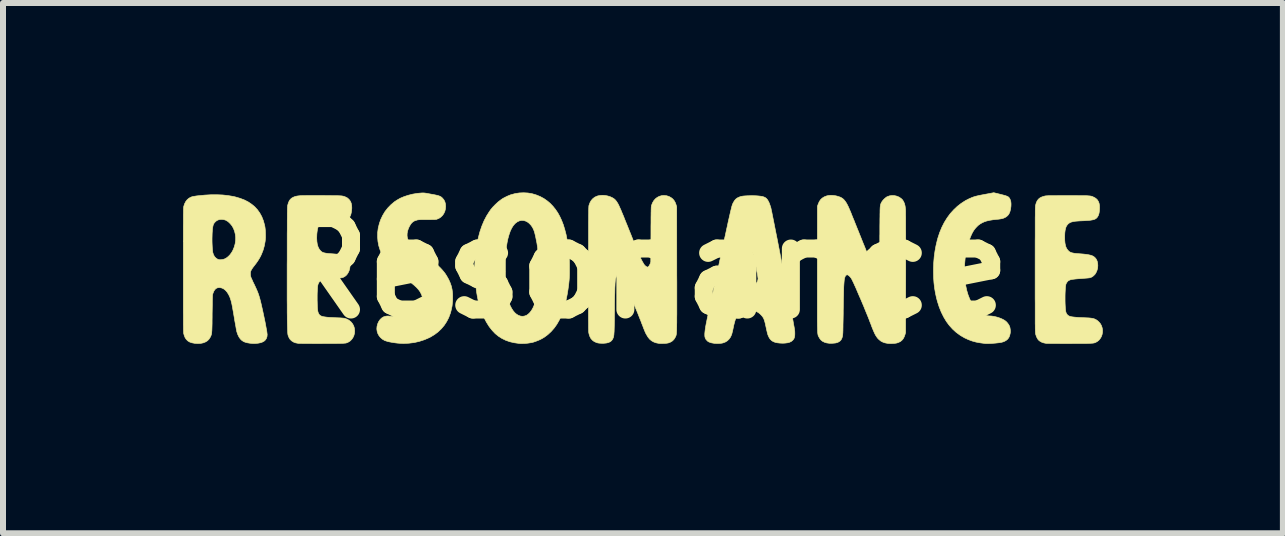
<source format=kicad_pcb>
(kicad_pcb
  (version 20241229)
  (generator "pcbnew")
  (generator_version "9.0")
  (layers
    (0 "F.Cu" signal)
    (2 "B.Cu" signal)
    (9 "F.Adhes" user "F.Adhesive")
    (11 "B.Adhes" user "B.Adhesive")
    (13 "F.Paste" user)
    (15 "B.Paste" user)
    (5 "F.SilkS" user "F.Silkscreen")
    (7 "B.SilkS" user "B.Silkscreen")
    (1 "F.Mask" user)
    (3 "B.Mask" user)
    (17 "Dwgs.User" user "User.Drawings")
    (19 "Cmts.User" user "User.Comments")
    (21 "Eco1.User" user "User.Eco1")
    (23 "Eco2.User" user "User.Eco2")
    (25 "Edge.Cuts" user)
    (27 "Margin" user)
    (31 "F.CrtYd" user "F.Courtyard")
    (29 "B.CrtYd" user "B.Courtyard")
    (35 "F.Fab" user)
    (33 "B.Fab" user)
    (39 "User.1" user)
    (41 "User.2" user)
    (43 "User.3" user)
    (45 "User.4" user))
  (footprint "Resonance"
    (layer "F.Cu")
    (at 7.661 1.418)
    (property "Reference" "Resonance" (at 0 0 0) (layer "F.SilkS") (effects (font (size 1.524 1.524) (thickness 0.3))))
    (attr through_hole)
    (fp_poly (pts (xy 5.958 -1.23) (xy 5.995 -1.221) (xy 6.025 -1.213) (xy 6.049 -1.206) (xy 6.067 -1.199) (xy 6.081 -1.193) (xy 6.092 -1.186) (xy 6.101 -1.178) (xy 6.108 -1.168) (xy 6.114 -1.159) (xy 6.125 -1.135) (xy 6.133 -1.105) (xy 6.136 -1.07) (xy 6.135 -1.034) (xy 6.134 -1.025) (xy 6.128 -0.982) (xy 6.119 -0.946) (xy 6.108 -0.917) (xy 6.094 -0.892) (xy 6.076 -0.872) (xy 6.054 -0.855) (xy 6.052 -0.853) (xy 6.032 -0.842) (xy 6.012 -0.833) (xy 5.99 -0.826) (xy 5.964 -0.821) (xy 5.932 -0.816) (xy 5.897 -0.813) (xy 5.835 -0.806) (xy 5.78 -0.797) (xy 5.732 -0.786) (xy 5.69 -0.772) (xy 5.653 -0.755) (xy 5.619 -0.735) (xy 5.588 -0.712) (xy 5.561 -0.685) (xy 5.535 -0.656) (xy 5.512 -0.624) (xy 5.491 -0.588) (xy 5.472 -0.548) (xy 5.453 -0.502) (xy 5.435 -0.449) (xy 5.418 -0.389) (xy 5.415 -0.379) (xy 5.4 -0.323) (xy 5.388 -0.271) (xy 5.379 -0.22) (xy 5.372 -0.168) (xy 5.367 -0.113) (xy 5.363 -0.068) (xy 5.36 0.027) (xy 5.362 0.119) (xy 5.369 0.207) (xy 5.381 0.291) (xy 5.398 0.371) (xy 5.42 0.445) (xy 5.447 0.514) (xy 5.479 0.576) (xy 5.504 0.617) (xy 5.532 0.654) (xy 5.564 0.688) (xy 5.598 0.718) (xy 5.633 0.745) (xy 5.669 0.767) (xy 5.705 0.783) (xy 5.738 0.793) (xy 5.766 0.796) (xy 5.81 0.798) (xy 5.855 0.805) (xy 5.901 0.816) (xy 5.945 0.83) (xy 5.986 0.847) (xy 6.022 0.866) (xy 6.041 0.879) (xy 6.061 0.896) (xy 6.08 0.918) (xy 6.097 0.942) (xy 6.109 0.964) (xy 6.11 0.965) (xy 6.118 0.991) (xy 6.123 1.021) (xy 6.125 1.053) (xy 6.123 1.084) (xy 6.122 1.086) (xy 6.113 1.126) (xy 6.098 1.159) (xy 6.077 1.186) (xy 6.049 1.208) (xy 6.015 1.225) (xy 5.999 1.23) (xy 5.978 1.236) (xy 5.95 1.241) (xy 5.917 1.245) (xy 5.881 1.249) (xy 5.843 1.252) (xy 5.805 1.255) (xy 5.769 1.256) (xy 5.736 1.256) (xy 5.709 1.256) (xy 5.7 1.255) (xy 5.623 1.245) (xy 5.552 1.232) (xy 5.487 1.214) (xy 5.425 1.191) (xy 5.366 1.164) (xy 5.307 1.13) (xy 5.285 1.116) (xy 5.221 1.069) (xy 5.162 1.015) (xy 5.107 0.954) (xy 5.058 0.888) (xy 5.014 0.814) (xy 4.974 0.734) (xy 4.939 0.647) (xy 4.909 0.553) (xy 4.894 0.497) (xy 4.876 0.414) (xy 4.862 0.331) (xy 4.852 0.246) (xy 4.846 0.159) (xy 4.844 0.066) (xy 4.844 0.006) (xy 4.848 -0.096) (xy 4.856 -0.193) (xy 4.869 -0.286) (xy 4.886 -0.377) (xy 4.907 -0.466) (xy 4.917 -0.502) (xy 4.947 -0.593) (xy 4.983 -0.68) (xy 5.024 -0.761) (xy 5.071 -0.837) (xy 5.123 -0.908) (xy 5.181 -0.972) (xy 5.242 -1.03) (xy 5.308 -1.081) (xy 5.378 -1.126) (xy 5.437 -1.156) (xy 5.461 -1.166) (xy 5.483 -1.176) (xy 5.504 -1.184) (xy 5.526 -1.191) (xy 5.549 -1.198) (xy 5.575 -1.204) (xy 5.605 -1.211) (xy 5.641 -1.218) (xy 5.683 -1.226) (xy 5.702 -1.23) (xy 5.849 -1.257) (xy 5.958 -1.23)) (stroke (width 0.01) (type solid)) (fill yes) (layer "F.SilkS"))
    (fp_poly (pts (xy -1.914 -1.252) (xy -1.844 -1.24) (xy -1.776 -1.22) (xy -1.71 -1.193) (xy -1.647 -1.159) (xy -1.589 -1.118) (xy -1.544 -1.08) (xy -1.498 -1.032) (xy -1.456 -0.98) (xy -1.417 -0.923) (xy -1.383 -0.861) (xy -1.352 -0.794) (xy -1.324 -0.722) (xy -1.3 -0.643) (xy -1.278 -0.558) (xy -1.26 -0.465) (xy -1.245 -0.366) (xy -1.232 -0.259) (xy -1.229 -0.231) (xy -1.227 -0.197) (xy -1.225 -0.157) (xy -1.223 -0.112) (xy -1.222 -0.063) (xy -1.222 -0.013) (xy -1.222 0.037) (xy -1.222 0.085) (xy -1.223 0.13) (xy -1.225 0.169) (xy -1.227 0.197) (xy -1.235 0.275) (xy -1.246 0.354) (xy -1.259 0.434) (xy -1.274 0.511) (xy -1.291 0.586) (xy -1.31 0.656) (xy -1.33 0.721) (xy -1.352 0.78) (xy -1.357 0.792) (xy -1.392 0.866) (xy -1.432 0.936) (xy -1.477 0.999) (xy -1.528 1.057) (xy -1.582 1.107) (xy -1.641 1.151) (xy -1.643 1.152) (xy -1.683 1.176) (xy -1.728 1.198) (xy -1.776 1.217) (xy -1.822 1.233) (xy -1.845 1.239) (xy -1.88 1.245) (xy -1.92 1.251) (xy -1.963 1.255) (xy -2.004 1.256) (xy -2.042 1.256) (xy -2.066 1.254) (xy -2.144 1.243) (xy -2.217 1.226) (xy -2.285 1.202) (xy -2.348 1.171) (xy -2.406 1.134) (xy -2.46 1.09) (xy -2.509 1.038) (xy -2.556 0.979) (xy -2.568 0.961) (xy -2.606 0.9) (xy -2.641 0.833) (xy -2.673 0.759) (xy -2.702 0.682) (xy -2.727 0.602) (xy -2.747 0.521) (xy -2.747 0.521) (xy -2.758 0.466) (xy -2.768 0.406) (xy -2.777 0.342) (xy -2.785 0.275) (xy -2.792 0.209) (xy -2.797 0.143) (xy -2.8 0.08) (xy -2.801 0.022) (xy -2.801 0.012) (xy -2.29 0.012) (xy -2.29 0.059) (xy -2.29 0.103) (xy -2.289 0.145) (xy -2.289 0.182) (xy -2.288 0.214) (xy -2.286 0.239) (xy -2.286 0.244) (xy -2.28 0.311) (xy -2.271 0.377) (xy -2.261 0.438) (xy -2.25 0.495) (xy -2.237 0.546) (xy -2.229 0.575) (xy -2.21 0.625) (xy -2.187 0.669) (xy -2.162 0.708) (xy -2.135 0.741) (xy -2.105 0.767) (xy -2.074 0.786) (xy -2.042 0.798) (xy -2.01 0.803) (xy -1.977 0.8) (xy -1.944 0.789) (xy -1.941 0.788) (xy -1.917 0.773) (xy -1.893 0.752) (xy -1.887 0.746) (xy -1.864 0.718) (xy -1.844 0.688) (xy -1.826 0.654) (xy -1.81 0.616) (xy -1.796 0.571) (xy -1.786 0.537) (xy -1.767 0.45) (xy -1.751 0.356) (xy -1.74 0.258) (xy -1.732 0.156) (xy -1.728 0.052) (xy -1.729 -0.054) (xy -1.734 -0.159) (xy -1.743 -0.262) (xy -1.756 -0.363) (xy -1.765 -0.421) (xy -1.776 -0.474) (xy -1.785 -0.52) (xy -1.794 -0.559) (xy -1.802 -0.592) (xy -1.811 -0.62) (xy -1.821 -0.645) (xy -1.831 -0.666) (xy -1.842 -0.685) (xy -1.854 -0.703) (xy -1.862 -0.714) (xy -1.892 -0.746) (xy -1.924 -0.77) (xy -1.957 -0.786) (xy -1.991 -0.794) (xy -2.025 -0.795) (xy -2.059 -0.787) (xy -2.092 -0.771) (xy -2.124 -0.747) (xy -2.132 -0.739) (xy -2.16 -0.706) (xy -2.186 -0.664) (xy -2.209 -0.615) (xy -2.229 -0.557) (xy -2.247 -0.493) (xy -2.262 -0.421) (xy -2.274 -0.342) (xy -2.284 -0.256) (xy -2.284 -0.254) (xy -2.286 -0.231) (xy -2.287 -0.201) (xy -2.288 -0.165) (xy -2.289 -0.125) (xy -2.29 -0.081) (xy -2.29 -0.035) (xy -2.29 0.012) (xy -2.801 0.012) (xy -2.801 -0.03) (xy -2.801 -0.04) (xy -2.793 -0.168) (xy -2.78 -0.288) (xy -2.763 -0.402) (xy -2.74 -0.509) (xy -2.713 -0.61) (xy -2.681 -0.703) (xy -2.644 -0.791) (xy -2.602 -0.871) (xy -2.555 -0.945) (xy -2.531 -0.979) (xy -2.496 -1.02) (xy -2.456 -1.061) (xy -2.413 -1.101) (xy -2.368 -1.136) (xy -2.338 -1.157) (xy -2.317 -1.169) (xy -2.29 -1.183) (xy -2.26 -1.198) (xy -2.231 -1.21) (xy -2.204 -1.221) (xy -2.198 -1.223) (xy -2.128 -1.242) (xy -2.057 -1.253) (xy -1.985 -1.256) (xy -1.914 -1.252)) (stroke (width 0.01) (type solid)) (fill yes) (layer "F.SilkS"))
    (fp_poly (pts (xy -3.653 -1.253) (xy -3.64 -1.252) (xy -3.624 -1.25) (xy -3.603 -1.247) (xy -3.577 -1.242) (xy -3.545 -1.236) (xy -3.529 -1.233) (xy -3.488 -1.226) (xy -3.454 -1.219) (xy -3.427 -1.213) (xy -3.405 -1.207) (xy -3.388 -1.201) (xy -3.373 -1.194) (xy -3.361 -1.187) (xy -3.35 -1.178) (xy -3.339 -1.168) (xy -3.338 -1.167) (xy -3.314 -1.138) (xy -3.298 -1.106) (xy -3.288 -1.069) (xy -3.285 -1.027) (xy -3.285 -1.027) (xy -3.289 -0.985) (xy -3.299 -0.945) (xy -3.316 -0.909) (xy -3.338 -0.877) (xy -3.366 -0.85) (xy -3.398 -0.829) (xy -3.433 -0.815) (xy -3.438 -0.813) (xy -3.45 -0.812) (xy -3.47 -0.81) (xy -3.499 -0.81) (xy -3.535 -0.809) (xy -3.58 -0.809) (xy -3.595 -0.809) (xy -3.633 -0.809) (xy -3.664 -0.809) (xy -3.689 -0.809) (xy -3.708 -0.808) (xy -3.724 -0.807) (xy -3.736 -0.806) (xy -3.747 -0.805) (xy -3.756 -0.803) (xy -3.765 -0.8) (xy -3.795 -0.791) (xy -3.818 -0.78) (xy -3.839 -0.764) (xy -3.855 -0.748) (xy -3.87 -0.728) (xy -3.886 -0.701) (xy -3.901 -0.671) (xy -3.913 -0.639) (xy -3.921 -0.613) (xy -3.927 -0.577) (xy -3.928 -0.54) (xy -3.923 -0.504) (xy -3.916 -0.482) (xy -3.904 -0.456) (xy -3.887 -0.429) (xy -3.864 -0.401) (xy -3.835 -0.371) (xy -3.801 -0.34) (xy -3.759 -0.306) (xy -3.711 -0.27) (xy -3.679 -0.248) (xy -3.614 -0.201) (xy -3.555 -0.159) (xy -3.503 -0.119) (xy -3.457 -0.081) (xy -3.416 -0.045) (xy -3.379 -0.01) (xy -3.347 0.024) (xy -3.318 0.058) (xy -3.292 0.092) (xy -3.269 0.128) (xy -3.248 0.165) (xy -3.234 0.19) (xy -3.21 0.244) (xy -3.191 0.298) (xy -3.178 0.355) (xy -3.17 0.415) (xy -3.168 0.459) (xy -3.169 0.546) (xy -3.178 0.631) (xy -3.196 0.714) (xy -3.208 0.755) (xy -3.234 0.825) (xy -3.268 0.891) (xy -3.308 0.952) (xy -3.356 1.009) (xy -3.409 1.06) (xy -3.469 1.106) (xy -3.535 1.146) (xy -3.558 1.158) (xy -3.639 1.193) (xy -3.722 1.22) (xy -3.808 1.24) (xy -3.898 1.251) (xy -3.99 1.255) (xy -4.056 1.252) (xy -4.093 1.249) (xy -4.133 1.244) (xy -4.172 1.238) (xy -4.21 1.231) (xy -4.245 1.224) (xy -4.274 1.215) (xy -4.298 1.207) (xy -4.303 1.205) (xy -4.34 1.183) (xy -4.371 1.156) (xy -4.396 1.125) (xy -4.415 1.09) (xy -4.427 1.052) (xy -4.432 1.013) (xy -4.429 0.973) (xy -4.419 0.932) (xy -4.402 0.893) (xy -4.398 0.887) (xy -4.375 0.854) (xy -4.349 0.83) (xy -4.32 0.812) (xy -4.287 0.802) (xy -4.278 0.8) (xy -4.268 0.799) (xy -4.255 0.798) (xy -4.24 0.798) (xy -4.221 0.8) (xy -4.197 0.802) (xy -4.166 0.805) (xy -4.152 0.806) (xy -4.108 0.811) (xy -4.071 0.814) (xy -4.04 0.817) (xy -4.014 0.819) (xy -3.993 0.82) (xy -3.975 0.82) (xy -3.958 0.819) (xy -3.943 0.818) (xy -3.934 0.817) (xy -3.881 0.808) (xy -3.832 0.792) (xy -3.788 0.771) (xy -3.75 0.744) (xy -3.736 0.73) (xy -3.706 0.695) (xy -3.684 0.656) (xy -3.669 0.615) (xy -3.662 0.572) (xy -3.663 0.528) (xy -3.672 0.483) (xy -3.688 0.438) (xy -3.711 0.394) (xy -3.717 0.385) (xy -3.735 0.361) (xy -3.757 0.336) (xy -3.784 0.309) (xy -3.816 0.28) (xy -3.854 0.249) (xy -3.898 0.214) (xy -3.949 0.175) (xy -3.969 0.161) (xy -4.008 0.132) (xy -4.041 0.107) (xy -4.07 0.085) (xy -4.095 0.064) (xy -4.119 0.044) (xy -4.142 0.023) (xy -4.167 0.00037) (xy -4.176 -0.008) (xy -4.23 -0.064) (xy -4.275 -0.118) (xy -4.314 -0.172) (xy -4.345 -0.227) (xy -4.345 -0.228) (xy -4.376 -0.298) (xy -4.399 -0.371) (xy -4.413 -0.445) (xy -4.419 -0.52) (xy -4.418 -0.595) (xy -4.408 -0.671) (xy -4.389 -0.745) (xy -4.367 -0.809) (xy -4.335 -0.877) (xy -4.296 -0.942) (xy -4.25 -1.001) (xy -4.198 -1.055) (xy -4.14 -1.104) (xy -4.1 -1.131) (xy -4.043 -1.164) (xy -3.979 -1.191) (xy -3.91 -1.214) (xy -3.835 -1.233) (xy -3.756 -1.246) (xy -3.689 -1.252) (xy -3.677 -1.253) (xy -3.665 -1.253) (xy -3.653 -1.253)) (stroke (width 0.01) (type solid)) (fill yes) (layer "F.SilkS"))
    (fp_poly (pts (xy -5.433 -1.21) (xy -5.368 -1.21) (xy -5.342 -1.21) (xy -5.281 -1.209) (xy -5.228 -1.209) (xy -5.182 -1.208) (xy -5.143 -1.208) (xy -5.109 -1.208) (xy -5.081 -1.207) (xy -5.057 -1.206) (xy -5.038 -1.205) (xy -5.022 -1.204) (xy -5.008 -1.202) (xy -4.997 -1.2) (xy -4.987 -1.198) (xy -4.978 -1.195) (xy -4.97 -1.192) (xy -4.961 -1.189) (xy -4.957 -1.187) (xy -4.923 -1.17) (xy -4.896 -1.146) (xy -4.874 -1.117) (xy -4.859 -1.083) (xy -4.851 -1.044) (xy -4.849 -1) (xy -4.853 -0.957) (xy -4.858 -0.924) (xy -4.864 -0.898) (xy -4.871 -0.878) (xy -4.879 -0.862) (xy -4.885 -0.852) (xy -4.896 -0.839) (xy -4.909 -0.827) (xy -4.924 -0.818) (xy -4.943 -0.811) (xy -4.967 -0.804) (xy -4.995 -0.799) (xy -5.029 -0.796) (xy -5.069 -0.793) (xy -5.117 -0.79) (xy -5.141 -0.789) (xy -5.192 -0.787) (xy -5.235 -0.784) (xy -5.271 -0.779) (xy -5.301 -0.773) (xy -5.326 -0.766) (xy -5.347 -0.756) (xy -5.365 -0.745) (xy -5.378 -0.733) (xy -5.392 -0.717) (xy -5.404 -0.699) (xy -5.413 -0.678) (xy -5.42 -0.653) (xy -5.425 -0.622) (xy -5.43 -0.584) (xy -5.432 -0.56) (xy -5.434 -0.5) (xy -5.431 -0.446) (xy -5.424 -0.398) (xy -5.412 -0.357) (xy -5.395 -0.322) (xy -5.374 -0.294) (xy -5.371 -0.291) (xy -5.359 -0.28) (xy -5.347 -0.27) (xy -5.333 -0.263) (xy -5.317 -0.257) (xy -5.297 -0.252) (xy -5.273 -0.248) (xy -5.243 -0.244) (xy -5.206 -0.241) (xy -5.176 -0.239) (xy -5.125 -0.235) (xy -5.082 -0.231) (xy -5.045 -0.226) (xy -5.014 -0.22) (xy -4.989 -0.213) (xy -4.968 -0.204) (xy -4.95 -0.194) (xy -4.934 -0.182) (xy -4.924 -0.172) (xy -4.903 -0.143) (xy -4.889 -0.11) (xy -4.881 -0.074) (xy -4.879 -0.036) (xy -4.883 0.003) (xy -4.893 0.041) (xy -4.91 0.077) (xy -4.927 0.103) (xy -4.946 0.124) (xy -4.97 0.142) (xy -4.996 0.155) (xy -5.012 0.16) (xy -5.023 0.161) (xy -5.04 0.164) (xy -5.063 0.166) (xy -5.091 0.168) (xy -5.122 0.171) (xy -5.154 0.173) (xy -5.16 0.174) (xy -5.194 0.176) (xy -5.226 0.179) (xy -5.256 0.182) (xy -5.281 0.184) (xy -5.302 0.187) (xy -5.315 0.189) (xy -5.316 0.189) (xy -5.349 0.2) (xy -5.375 0.215) (xy -5.395 0.235) (xy -5.408 0.261) (xy -5.412 0.272) (xy -5.416 0.288) (xy -5.419 0.311) (xy -5.421 0.341) (xy -5.423 0.375) (xy -5.425 0.413) (xy -5.426 0.453) (xy -5.426 0.496) (xy -5.426 0.538) (xy -5.425 0.561) (xy -5.424 0.604) (xy -5.423 0.64) (xy -5.421 0.67) (xy -5.419 0.694) (xy -5.416 0.713) (xy -5.413 0.728) (xy -5.409 0.741) (xy -5.406 0.748) (xy -5.399 0.762) (xy -5.392 0.773) (xy -5.383 0.783) (xy -5.371 0.792) (xy -5.357 0.799) (xy -5.339 0.805) (xy -5.317 0.81) (xy -5.29 0.814) (xy -5.258 0.818) (xy -5.22 0.821) (xy -5.175 0.823) (xy -5.123 0.826) (xy -5.069 0.828) (xy -5.043 0.829) (xy -5.017 0.831) (xy -4.994 0.833) (xy -4.977 0.835) (xy -4.968 0.837) (xy -4.928 0.85) (xy -4.892 0.871) (xy -4.861 0.897) (xy -4.836 0.928) (xy -4.817 0.964) (xy -4.805 1.003) (xy -4.801 1.045) (xy -4.801 1.047) (xy -4.804 1.086) (xy -4.814 1.123) (xy -4.83 1.158) (xy -4.851 1.188) (xy -4.876 1.213) (xy -4.904 1.231) (xy -4.912 1.235) (xy -4.919 1.239) (xy -4.926 1.242) (xy -4.933 1.244) (xy -4.942 1.247) (xy -4.951 1.249) (xy -4.963 1.25) (xy -4.978 1.251) (xy -4.996 1.253) (xy -5.017 1.253) (xy -5.043 1.254) (xy -5.074 1.254) (xy -5.11 1.255) (xy -5.152 1.255) (xy -5.201 1.255) (xy -5.257 1.255) (xy -5.321 1.255) (xy -5.342 1.256) (xy -5.399 1.256) (xy -5.453 1.256) (xy -5.504 1.256) (xy -5.553 1.255) (xy -5.597 1.255) (xy -5.637 1.255) (xy -5.671 1.255) (xy -5.7 1.254) (xy -5.722 1.254) (xy -5.736 1.254) (xy -5.743 1.253) (xy -5.786 1.245) (xy -5.822 1.231) (xy -5.853 1.211) (xy -5.878 1.186) (xy -5.897 1.154) (xy -5.911 1.118) (xy -5.913 1.111) (xy -5.914 1.101) (xy -5.916 1.088) (xy -5.917 1.072) (xy -5.918 1.053) (xy -5.919 1.03) (xy -5.92 1.003) (xy -5.921 0.972) (xy -5.922 0.936) (xy -5.923 0.895) (xy -5.924 0.85) (xy -5.924 0.799) (xy -5.925 0.742) (xy -5.925 0.68) (xy -5.925 0.612) (xy -5.926 0.537) (xy -5.926 0.455) (xy -5.926 0.367) (xy -5.926 0.271) (xy -5.926 0.168) (xy -5.926 0.057) (xy -5.926 -0.062) (xy -5.925 -0.142) (xy -5.925 -0.244) (xy -5.925 -0.338) (xy -5.925 -0.425) (xy -5.925 -0.504) (xy -5.925 -0.576) (xy -5.924 -0.641) (xy -5.924 -0.7) (xy -5.924 -0.753) (xy -5.924 -0.8) (xy -5.923 -0.841) (xy -5.923 -0.878) (xy -5.923 -0.91) (xy -5.922 -0.937) (xy -5.922 -0.961) (xy -5.922 -0.981) (xy -5.921 -0.998) (xy -5.921 -1.011) (xy -5.92 -1.023) (xy -5.919 -1.031) (xy -5.919 -1.038) (xy -5.918 -1.044) (xy -5.917 -1.048) (xy -5.917 -1.048) (xy -5.906 -1.087) (xy -5.892 -1.119) (xy -5.875 -1.144) (xy -5.853 -1.165) (xy -5.825 -1.181) (xy -5.798 -1.192) (xy -5.787 -1.195) (xy -5.775 -1.198) (xy -5.762 -1.201) (xy -5.747 -1.203) (xy -5.73 -1.205) (xy -5.709 -1.207) (xy -5.685 -1.208) (xy -5.657 -1.209) (xy -5.624 -1.209) (xy -5.586 -1.21) (xy -5.542 -1.21) (xy -5.491 -1.21) (xy -5.433 -1.21)) (stroke (width 0.01) (type solid)) (fill yes) (layer "F.SilkS"))
    (fp_poly (pts (xy 3.167 -1.212) (xy 3.206 -1.207) (xy 3.235 -1.201) (xy 3.264 -1.192) (xy 3.29 -1.183) (xy 3.313 -1.171) (xy 3.334 -1.157) (xy 3.353 -1.139) (xy 3.371 -1.117) (xy 3.389 -1.091) (xy 3.407 -1.059) (xy 3.426 -1.021) (xy 3.446 -0.975) (xy 3.461 -0.94) (xy 3.468 -0.924) (xy 3.477 -0.9) (xy 3.489 -0.87) (xy 3.503 -0.835) (xy 3.52 -0.795) (xy 3.537 -0.751) (xy 3.556 -0.704) (xy 3.576 -0.654) (xy 3.597 -0.603) (xy 3.618 -0.55) (xy 3.626 -0.531) (xy 3.65 -0.47) (xy 3.672 -0.415) (xy 3.692 -0.367) (xy 3.709 -0.325) (xy 3.723 -0.289) (xy 3.736 -0.258) (xy 3.748 -0.231) (xy 3.758 -0.208) (xy 3.766 -0.188) (xy 3.774 -0.171) (xy 3.782 -0.155) (xy 3.789 -0.141) (xy 3.796 -0.128) (xy 3.803 -0.115) (xy 3.811 -0.102) (xy 3.813 -0.097) (xy 3.828 -0.073) (xy 3.84 -0.055) (xy 3.851 -0.042) (xy 3.862 -0.033) (xy 3.874 -0.025) (xy 3.875 -0.025) (xy 3.886 -0.02) (xy 3.894 -0.019) (xy 3.902 -0.022) (xy 3.913 -0.031) (xy 3.924 -0.048) (xy 3.934 -0.07) (xy 3.94 -0.087) (xy 3.941 -0.091) (xy 3.942 -0.097) (xy 3.943 -0.104) (xy 3.944 -0.112) (xy 3.944 -0.123) (xy 3.945 -0.137) (xy 3.946 -0.155) (xy 3.946 -0.176) (xy 3.947 -0.201) (xy 3.947 -0.232) (xy 3.947 -0.268) (xy 3.948 -0.309) (xy 3.948 -0.357) (xy 3.949 -0.412) (xy 3.949 -0.474) (xy 3.949 -0.544) (xy 3.95 -0.567) (xy 3.95 -0.641) (xy 3.95 -0.706) (xy 3.951 -0.764) (xy 3.951 -0.815) (xy 3.952 -0.86) (xy 3.952 -0.899) (xy 3.953 -0.932) (xy 3.953 -0.96) (xy 3.954 -0.984) (xy 3.955 -1.005) (xy 3.956 -1.021) (xy 3.958 -1.035) (xy 3.96 -1.047) (xy 3.962 -1.056) (xy 3.964 -1.064) (xy 3.966 -1.072) (xy 3.97 -1.079) (xy 3.973 -1.086) (xy 3.977 -1.094) (xy 3.978 -1.096) (xy 3.989 -1.114) (xy 4.005 -1.134) (xy 4.024 -1.154) (xy 4.044 -1.171) (xy 4.062 -1.185) (xy 4.07 -1.189) (xy 4.109 -1.204) (xy 4.15 -1.21) (xy 4.191 -1.209) (xy 4.231 -1.2) (xy 4.27 -1.184) (xy 4.304 -1.161) (xy 4.328 -1.138) (xy 4.346 -1.109) (xy 4.361 -1.075) (xy 4.371 -1.034) (xy 4.377 -0.986) (xy 4.378 -0.98) (xy 4.378 -0.969) (xy 4.379 -0.95) (xy 4.379 -0.922) (xy 4.379 -0.886) (xy 4.38 -0.843) (xy 4.38 -0.791) (xy 4.38 -0.732) (xy 4.38 -0.665) (xy 4.381 -0.59) (xy 4.381 -0.508) (xy 4.381 -0.419) (xy 4.381 -0.322) (xy 4.381 -0.219) (xy 4.381 -0.109) (xy 4.381 0.009) (xy 4.381 0.074) (xy 4.379 1.073) (xy 4.37 1.106) (xy 4.356 1.145) (xy 4.339 1.177) (xy 4.317 1.203) (xy 4.291 1.224) (xy 4.258 1.239) (xy 4.238 1.246) (xy 4.221 1.25) (xy 4.199 1.253) (xy 4.173 1.255) (xy 4.145 1.256) (xy 4.117 1.256) (xy 4.093 1.255) (xy 4.077 1.253) (xy 4.034 1.245) (xy 3.998 1.232) (xy 3.966 1.215) (xy 3.937 1.191) (xy 3.936 1.19) (xy 3.92 1.175) (xy 3.907 1.159) (xy 3.894 1.141) (xy 3.881 1.121) (xy 3.868 1.097) (xy 3.855 1.069) (xy 3.84 1.035) (xy 3.824 0.996) (xy 3.806 0.949) (xy 3.804 0.942) (xy 3.786 0.897) (xy 3.768 0.849) (xy 3.748 0.799) (xy 3.726 0.746) (xy 3.704 0.692) (xy 3.682 0.637) (xy 3.659 0.583) (xy 3.636 0.528) (xy 3.613 0.476) (xy 3.591 0.425) (xy 3.57 0.376) (xy 3.551 0.331) (xy 3.532 0.29) (xy 3.516 0.254) (xy 3.501 0.223) (xy 3.489 0.198) (xy 3.479 0.179) (xy 3.473 0.169) (xy 3.456 0.147) (xy 3.438 0.129) (xy 3.421 0.116) (xy 3.412 0.112) (xy 3.399 0.112) (xy 3.387 0.119) (xy 3.376 0.131) (xy 3.376 0.132) (xy 3.371 0.141) (xy 3.368 0.151) (xy 3.364 0.162) (xy 3.361 0.174) (xy 3.358 0.19) (xy 3.356 0.208) (xy 3.354 0.229) (xy 3.352 0.255) (xy 3.35 0.284) (xy 3.348 0.318) (xy 3.347 0.358) (xy 3.346 0.403) (xy 3.345 0.455) (xy 3.343 0.513) (xy 3.342 0.578) (xy 3.341 0.651) (xy 3.34 0.705) (xy 3.34 0.757) (xy 3.339 0.808) (xy 3.338 0.857) (xy 3.337 0.903) (xy 3.336 0.945) (xy 3.336 0.982) (xy 3.335 1.014) (xy 3.335 1.04) (xy 3.334 1.059) (xy 3.334 1.069) (xy 3.331 1.111) (xy 3.325 1.146) (xy 3.315 1.174) (xy 3.302 1.197) (xy 3.284 1.216) (xy 3.275 1.222) (xy 3.257 1.233) (xy 3.237 1.241) (xy 3.214 1.247) (xy 3.186 1.25) (xy 3.158 1.252) (xy 3.107 1.252) (xy 3.063 1.246) (xy 3.025 1.234) (xy 2.992 1.217) (xy 2.965 1.194) (xy 2.944 1.165) (xy 2.936 1.15) (xy 2.933 1.144) (xy 2.93 1.139) (xy 2.928 1.135) (xy 2.925 1.13) (xy 2.923 1.125) (xy 2.921 1.119) (xy 2.92 1.112) (xy 2.918 1.105) (xy 2.917 1.095) (xy 2.915 1.084) (xy 2.914 1.07) (xy 2.913 1.054) (xy 2.912 1.035) (xy 2.912 1.013) (xy 2.911 0.987) (xy 2.91 0.958) (xy 2.91 0.924) (xy 2.909 0.886) (xy 2.909 0.843) (xy 2.909 0.795) (xy 2.909 0.742) (xy 2.909 0.683) (xy 2.909 0.617) (xy 2.909 0.546) (xy 2.909 0.468) (xy 2.909 0.383) (xy 2.909 0.29) (xy 2.909 0.19) (xy 2.909 0.082) (xy 2.909 0.013) (xy 2.91 -1.031) (xy 2.922 -1.065) (xy 2.939 -1.105) (xy 2.961 -1.139) (xy 2.989 -1.166) (xy 3.022 -1.187) (xy 3.062 -1.203) (xy 3.062 -1.203) (xy 3.093 -1.21) (xy 3.129 -1.213) (xy 3.167 -1.212)) (stroke (width 0.01) (type solid)) (fill yes) (layer "F.SilkS"))
    (fp_poly (pts (xy 1.841 -1.207) (xy 1.884 -1.206) (xy 1.924 -1.203) (xy 1.96 -1.199) (xy 1.99 -1.194) (xy 1.993 -1.194) (xy 2.018 -1.186) (xy 2.04 -1.176) (xy 2.06 -1.161) (xy 2.077 -1.141) (xy 2.092 -1.116) (xy 2.107 -1.085) (xy 2.121 -1.046) (xy 2.134 -1.006) (xy 2.136 -0.998) (xy 2.139 -0.982) (xy 2.144 -0.958) (xy 2.151 -0.927) (xy 2.158 -0.89) (xy 2.167 -0.846) (xy 2.177 -0.796) (xy 2.188 -0.741) (xy 2.2 -0.68) (xy 2.213 -0.614) (xy 2.227 -0.544) (xy 2.242 -0.47) (xy 2.257 -0.392) (xy 2.273 -0.311) (xy 2.289 -0.227) (xy 2.306 -0.14) (xy 2.324 -0.051) (xy 2.337 0.016) (xy 2.358 0.127) (xy 2.378 0.229) (xy 2.397 0.324) (xy 2.414 0.411) (xy 2.429 0.491) (xy 2.443 0.564) (xy 2.456 0.631) (xy 2.468 0.691) (xy 2.478 0.746) (xy 2.487 0.795) (xy 2.496 0.839) (xy 2.503 0.877) (xy 2.509 0.912) (xy 2.514 0.941) (xy 2.519 0.967) (xy 2.523 0.989) (xy 2.526 1.007) (xy 2.528 1.022) (xy 2.53 1.035) (xy 2.531 1.044) (xy 2.532 1.052) (xy 2.533 1.09) (xy 2.532 1.122) (xy 2.528 1.148) (xy 2.521 1.17) (xy 2.51 1.188) (xy 2.498 1.202) (xy 2.475 1.221) (xy 2.446 1.235) (xy 2.412 1.244) (xy 2.372 1.249) (xy 2.335 1.251) (xy 2.284 1.249) (xy 2.241 1.244) (xy 2.205 1.236) (xy 2.174 1.224) (xy 2.148 1.208) (xy 2.126 1.187) (xy 2.108 1.162) (xy 2.1 1.146) (xy 2.095 1.135) (xy 2.09 1.125) (xy 2.086 1.115) (xy 2.082 1.103) (xy 2.078 1.088) (xy 2.073 1.07) (xy 2.068 1.047) (xy 2.061 1.019) (xy 2.054 0.984) (xy 2.047 0.953) (xy 2.039 0.916) (xy 2.031 0.886) (xy 2.023 0.861) (xy 2.015 0.841) (xy 2.006 0.824) (xy 1.995 0.808) (xy 1.982 0.792) (xy 1.967 0.776) (xy 1.948 0.758) (xy 1.931 0.745) (xy 1.914 0.734) (xy 1.896 0.724) (xy 1.852 0.707) (xy 1.808 0.697) (xy 1.764 0.694) (xy 1.722 0.698) (xy 1.682 0.709) (xy 1.645 0.727) (xy 1.612 0.75) (xy 1.584 0.78) (xy 1.561 0.815) (xy 1.561 0.815) (xy 1.551 0.836) (xy 1.542 0.858) (xy 1.534 0.884) (xy 1.526 0.913) (xy 1.517 0.948) (xy 1.508 0.99) (xy 1.507 0.996) (xy 1.501 1.024) (xy 1.495 1.05) (xy 1.489 1.074) (xy 1.484 1.094) (xy 1.48 1.106) (xy 1.48 1.107) (xy 1.462 1.148) (xy 1.438 1.182) (xy 1.41 1.21) (xy 1.376 1.231) (xy 1.337 1.246) (xy 1.333 1.247) (xy 1.313 1.251) (xy 1.286 1.254) (xy 1.257 1.255) (xy 1.227 1.255) (xy 1.199 1.254) (xy 1.179 1.251) (xy 1.145 1.245) (xy 1.119 1.237) (xy 1.097 1.228) (xy 1.079 1.216) (xy 1.064 1.2) (xy 1.061 1.197) (xy 1.049 1.182) (xy 1.041 1.164) (xy 1.035 1.145) (xy 1.033 1.121) (xy 1.033 1.093) (xy 1.036 1.059) (xy 1.041 1.018) (xy 1.041 1.017) (xy 1.043 1.005) (xy 1.045 0.994) (xy 1.046 0.983) (xy 1.048 0.972) (xy 1.05 0.96) (xy 1.053 0.947) (xy 1.055 0.932) (xy 1.059 0.915) (xy 1.063 0.896) (xy 1.067 0.874) (xy 1.072 0.849) (xy 1.078 0.82) (xy 1.085 0.787) (xy 1.093 0.749) (xy 1.103 0.706) (xy 1.113 0.659) (xy 1.124 0.605) (xy 1.137 0.545) (xy 1.152 0.479) (xy 1.168 0.406) (xy 1.185 0.325) (xy 1.204 0.237) (xy 1.207 0.224) (xy 1.218 0.173) (xy 1.658 0.173) (xy 1.658 0.192) (xy 1.66 0.208) (xy 1.664 0.222) (xy 1.669 0.234) (xy 1.676 0.245) (xy 1.678 0.248) (xy 1.691 0.262) (xy 1.706 0.273) (xy 1.725 0.282) (xy 1.733 0.285) (xy 1.754 0.289) (xy 1.78 0.291) (xy 1.808 0.29) (xy 1.834 0.286) (xy 1.853 0.28) (xy 1.879 0.264) (xy 1.899 0.242) (xy 1.913 0.215) (xy 1.92 0.183) (xy 1.921 0.18) (xy 1.92 0.17) (xy 1.918 0.153) (xy 1.915 0.129) (xy 1.91 0.101) (xy 1.904 0.069) (xy 1.898 0.033) (xy 1.891 -0.004) (xy 1.883 -0.041) (xy 1.876 -0.079) (xy 1.868 -0.115) (xy 1.861 -0.148) (xy 1.854 -0.178) (xy 1.848 -0.203) (xy 1.842 -0.222) (xy 1.838 -0.234) (xy 1.829 -0.25) (xy 1.816 -0.262) (xy 1.802 -0.27) (xy 1.795 -0.271) (xy 1.775 -0.268) (xy 1.758 -0.258) (xy 1.749 -0.248) (xy 1.746 -0.241) (xy 1.741 -0.226) (xy 1.735 -0.205) (xy 1.728 -0.178) (xy 1.721 -0.147) (xy 1.712 -0.113) (xy 1.709 -0.097) (xy 1.695 -0.039) (xy 1.684 0.011) (xy 1.675 0.055) (xy 1.668 0.092) (xy 1.663 0.124) (xy 1.66 0.151) (xy 1.658 0.173) (xy 1.218 0.173) (xy 1.233 0.104) (xy 1.258 -0.009) (xy 1.28 -0.114) (xy 1.302 -0.212) (xy 1.321 -0.303) (xy 1.339 -0.386) (xy 1.356 -0.464) (xy 1.372 -0.534) (xy 1.386 -0.599) (xy 1.399 -0.659) (xy 1.411 -0.712) (xy 1.421 -0.761) (xy 1.431 -0.805) (xy 1.44 -0.844) (xy 1.448 -0.879) (xy 1.455 -0.91) (xy 1.461 -0.937) (xy 1.467 -0.961) (xy 1.472 -0.981) (xy 1.476 -0.999) (xy 1.48 -1.014) (xy 1.483 -1.027) (xy 1.487 -1.038) (xy 1.489 -1.047) (xy 1.492 -1.055) (xy 1.494 -1.062) (xy 1.497 -1.068) (xy 1.499 -1.073) (xy 1.501 -1.078) (xy 1.504 -1.083) (xy 1.506 -1.088) (xy 1.507 -1.089) (xy 1.526 -1.122) (xy 1.547 -1.148) (xy 1.573 -1.168) (xy 1.585 -1.174) (xy 1.604 -1.183) (xy 1.622 -1.19) (xy 1.64 -1.195) (xy 1.66 -1.199) (xy 1.684 -1.202) (xy 1.713 -1.204) (xy 1.748 -1.206) (xy 1.753 -1.206) (xy 1.796 -1.207) (xy 1.841 -1.207)) (stroke (width 0.01) (type solid)) (fill yes) (layer "F.SilkS"))
    (fp_poly (pts (xy 7.145 -1.209) (xy 7.203 -1.209) (xy 7.253 -1.208) (xy 7.296 -1.208) (xy 7.333 -1.208) (xy 7.365 -1.207) (xy 7.392 -1.207) (xy 7.414 -1.206) (xy 7.433 -1.204) (xy 7.449 -1.203) (xy 7.462 -1.201) (xy 7.473 -1.199) (xy 7.483 -1.196) (xy 7.492 -1.193) (xy 7.501 -1.189) (xy 7.51 -1.184) (xy 7.516 -1.182) (xy 7.547 -1.164) (xy 7.572 -1.141) (xy 7.59 -1.114) (xy 7.603 -1.082) (xy 7.61 -1.044) (xy 7.611 -1.007) (xy 7.609 -0.959) (xy 7.603 -0.917) (xy 7.592 -0.881) (xy 7.577 -0.853) (xy 7.558 -0.832) (xy 7.546 -0.823) (xy 7.533 -0.816) (xy 7.519 -0.811) (xy 7.502 -0.806) (xy 7.481 -0.802) (xy 7.457 -0.798) (xy 7.427 -0.795) (xy 7.391 -0.793) (xy 7.349 -0.79) (xy 7.299 -0.788) (xy 7.296 -0.788) (xy 7.25 -0.785) (xy 7.211 -0.782) (xy 7.179 -0.777) (xy 7.152 -0.771) (xy 7.129 -0.764) (xy 7.111 -0.754) (xy 7.094 -0.743) (xy 7.081 -0.73) (xy 7.066 -0.711) (xy 7.053 -0.688) (xy 7.044 -0.659) (xy 7.037 -0.626) (xy 7.032 -0.586) (xy 7.03 -0.539) (xy 7.03 -0.51) (xy 7.031 -0.46) (xy 7.035 -0.418) (xy 7.042 -0.382) (xy 7.051 -0.351) (xy 7.064 -0.325) (xy 7.08 -0.302) (xy 7.085 -0.297) (xy 7.097 -0.284) (xy 7.11 -0.273) (xy 7.125 -0.265) (xy 7.142 -0.258) (xy 7.162 -0.253) (xy 7.188 -0.248) (xy 7.219 -0.244) (xy 7.257 -0.241) (xy 7.285 -0.239) (xy 7.338 -0.235) (xy 7.383 -0.23) (xy 7.422 -0.224) (xy 7.455 -0.217) (xy 7.482 -0.209) (xy 7.504 -0.199) (xy 7.523 -0.186) (xy 7.538 -0.172) (xy 7.552 -0.155) (xy 7.556 -0.148) (xy 7.571 -0.118) (xy 7.579 -0.083) (xy 7.582 -0.043) (xy 7.582 -0.042) (xy 7.579 -0.001) (xy 7.569 0.037) (xy 7.554 0.072) (xy 7.535 0.103) (xy 7.51 0.128) (xy 7.482 0.148) (xy 7.451 0.16) (xy 7.448 0.16) (xy 7.438 0.162) (xy 7.421 0.164) (xy 7.398 0.166) (xy 7.372 0.168) (xy 7.343 0.17) (xy 7.328 0.172) (xy 7.281 0.175) (xy 7.241 0.178) (xy 7.209 0.181) (xy 7.182 0.184) (xy 7.16 0.187) (xy 7.141 0.19) (xy 7.126 0.194) (xy 7.114 0.199) (xy 7.102 0.204) (xy 7.1 0.205) (xy 7.084 0.216) (xy 7.069 0.234) (xy 7.057 0.253) (xy 7.05 0.269) (xy 7.047 0.287) (xy 7.043 0.312) (xy 7.041 0.343) (xy 7.039 0.379) (xy 7.037 0.419) (xy 7.036 0.461) (xy 7.036 0.504) (xy 7.036 0.547) (xy 7.037 0.589) (xy 7.039 0.628) (xy 7.041 0.664) (xy 7.044 0.695) (xy 7.047 0.719) (xy 7.051 0.736) (xy 7.062 0.761) (xy 7.079 0.782) (xy 7.099 0.796) (xy 7.111 0.801) (xy 7.126 0.806) (xy 7.143 0.81) (xy 7.164 0.813) (xy 7.19 0.816) (xy 7.221 0.819) (xy 7.258 0.822) (xy 7.301 0.824) (xy 7.351 0.826) (xy 7.396 0.828) (xy 7.438 0.83) (xy 7.473 0.834) (xy 7.503 0.839) (xy 7.528 0.847) (xy 7.551 0.858) (xy 7.571 0.871) (xy 7.591 0.888) (xy 7.593 0.89) (xy 7.622 0.922) (xy 7.642 0.957) (xy 7.655 0.996) (xy 7.661 1.033) (xy 7.66 1.07) (xy 7.653 1.108) (xy 7.64 1.143) (xy 7.621 1.175) (xy 7.599 1.202) (xy 7.572 1.223) (xy 7.561 1.229) (xy 7.553 1.234) (xy 7.545 1.237) (xy 7.538 1.241) (xy 7.53 1.244) (xy 7.522 1.246) (xy 7.512 1.248) (xy 7.5 1.25) (xy 7.485 1.251) (xy 7.467 1.252) (xy 7.446 1.253) (xy 7.42 1.254) (xy 7.39 1.255) (xy 7.354 1.255) (xy 7.312 1.255) (xy 7.263 1.255) (xy 7.207 1.255) (xy 7.144 1.256) (xy 7.118 1.256) (xy 7.062 1.256) (xy 7.008 1.256) (xy 6.957 1.256) (xy 6.908 1.255) (xy 6.864 1.255) (xy 6.824 1.255) (xy 6.79 1.255) (xy 6.761 1.254) (xy 6.739 1.254) (xy 6.724 1.254) (xy 6.718 1.253) (xy 6.682 1.246) (xy 6.647 1.234) (xy 6.618 1.218) (xy 6.594 1.198) (xy 6.589 1.193) (xy 6.574 1.17) (xy 6.56 1.142) (xy 6.549 1.109) (xy 6.546 1.099) (xy 6.545 1.095) (xy 6.545 1.09) (xy 6.544 1.086) (xy 6.543 1.08) (xy 6.543 1.072) (xy 6.542 1.063) (xy 6.542 1.052) (xy 6.541 1.039) (xy 6.541 1.023) (xy 6.54 1.004) (xy 6.54 0.982) (xy 6.54 0.956) (xy 6.539 0.926) (xy 6.539 0.892) (xy 6.539 0.853) (xy 6.539 0.81) (xy 6.539 0.761) (xy 6.539 0.707) (xy 6.539 0.647) (xy 6.539 0.581) (xy 6.538 0.508) (xy 6.538 0.428) (xy 6.538 0.341) (xy 6.538 0.247) (xy 6.538 0.145) (xy 6.538 0.035) (xy 6.538 0.023) (xy 6.538 -0.088) (xy 6.538 -0.191) (xy 6.538 -0.286) (xy 6.538 -0.374) (xy 6.538 -0.455) (xy 6.539 -0.529) (xy 6.539 -0.596) (xy 6.539 -0.657) (xy 6.539 -0.712) (xy 6.539 -0.761) (xy 6.539 -0.806) (xy 6.539 -0.845) (xy 6.54 -0.88) (xy 6.54 -0.91) (xy 6.54 -0.936) (xy 6.54 -0.959) (xy 6.541 -0.978) (xy 6.541 -0.995) (xy 6.542 -1.008) (xy 6.542 -1.019) (xy 6.543 -1.028) (xy 6.543 -1.036) (xy 6.544 -1.042) (xy 6.545 -1.047) (xy 6.546 -1.051) (xy 6.546 -1.051) (xy 6.557 -1.091) (xy 6.573 -1.124) (xy 6.593 -1.15) (xy 6.619 -1.171) (xy 6.651 -1.187) (xy 6.69 -1.199) (xy 6.697 -1.201) (xy 6.704 -1.202) (xy 6.712 -1.204) (xy 6.72 -1.205) (xy 6.73 -1.205) (xy 6.743 -1.206) (xy 6.759 -1.207) (xy 6.777 -1.207) (xy 6.801 -1.208) (xy 6.828 -1.208) (xy 6.861 -1.208) (xy 6.9 -1.208) (xy 6.945 -1.209) (xy 6.998 -1.209) (xy 7.058 -1.209) (xy 7.08 -1.209) (xy 7.145 -1.209)) (stroke (width 0.01) (type solid)) (fill yes) (layer "F.SilkS"))
    (fp_poly (pts (xy -0.627 -1.211) (xy -0.586 -1.203) (xy -0.546 -1.191) (xy -0.51 -1.175) (xy -0.479 -1.156) (xy -0.457 -1.136) (xy -0.45 -1.127) (xy -0.443 -1.119) (xy -0.436 -1.11) (xy -0.43 -1.1) (xy -0.423 -1.089) (xy -0.415 -1.076) (xy -0.407 -1.061) (xy -0.398 -1.043) (xy -0.389 -1.023) (xy -0.378 -0.998) (xy -0.365 -0.97) (xy -0.352 -0.937) (xy -0.336 -0.9) (xy -0.318 -0.857) (xy -0.299 -0.808) (xy -0.277 -0.754) (xy -0.252 -0.693) (xy -0.225 -0.625) (xy -0.194 -0.549) (xy -0.192 -0.543) (xy -0.166 -0.478) (xy -0.143 -0.42) (xy -0.122 -0.369) (xy -0.104 -0.325) (xy -0.088 -0.286) (xy -0.074 -0.252) (xy -0.061 -0.222) (xy -0.05 -0.196) (xy -0.039 -0.173) (xy -0.03 -0.153) (xy -0.021 -0.136) (xy -0.012 -0.119) (xy -0.004 -0.104) (xy 0.005 -0.089) (xy 0.014 -0.074) (xy 0.024 -0.058) (xy 0.033 -0.047) (xy 0.045 -0.036) (xy 0.059 -0.026) (xy 0.072 -0.019) (xy 0.08 -0.017) (xy 0.088 -0.021) (xy 0.099 -0.031) (xy 0.109 -0.045) (xy 0.118 -0.062) (xy 0.124 -0.075) (xy 0.133 -0.104) (xy 0.136 -0.561) (xy 0.136 -0.634) (xy 0.136 -0.698) (xy 0.137 -0.755) (xy 0.137 -0.806) (xy 0.137 -0.849) (xy 0.138 -0.887) (xy 0.138 -0.919) (xy 0.139 -0.946) (xy 0.139 -0.969) (xy 0.14 -0.988) (xy 0.14 -1.003) (xy 0.141 -1.015) (xy 0.142 -1.024) (xy 0.143 -1.032) (xy 0.144 -1.038) (xy 0.145 -1.042) (xy 0.145 -1.044) (xy 0.161 -1.086) (xy 0.183 -1.124) (xy 0.21 -1.155) (xy 0.241 -1.179) (xy 0.276 -1.197) (xy 0.315 -1.208) (xy 0.351 -1.211) (xy 0.394 -1.207) (xy 0.435 -1.195) (xy 0.471 -1.175) (xy 0.497 -1.155) (xy 0.52 -1.129) (xy 0.539 -1.097) (xy 0.554 -1.058) (xy 0.555 -1.054) (xy 0.565 -1.022) (xy 0.566 0.015) (xy 0.566 0.128) (xy 0.567 0.233) (xy 0.567 0.33) (xy 0.567 0.419) (xy 0.567 0.502) (xy 0.567 0.577) (xy 0.567 0.646) (xy 0.567 0.709) (xy 0.567 0.766) (xy 0.566 0.817) (xy 0.566 0.863) (xy 0.566 0.904) (xy 0.565 0.94) (xy 0.565 0.972) (xy 0.564 1) (xy 0.564 1.024) (xy 0.563 1.045) (xy 0.562 1.063) (xy 0.561 1.078) (xy 0.56 1.091) (xy 0.558 1.102) (xy 0.557 1.111) (xy 0.555 1.119) (xy 0.553 1.125) (xy 0.551 1.131) (xy 0.549 1.136) (xy 0.546 1.141) (xy 0.544 1.146) (xy 0.541 1.151) (xy 0.54 1.154) (xy 0.52 1.186) (xy 0.495 1.212) (xy 0.463 1.232) (xy 0.425 1.247) (xy 0.422 1.247) (xy 0.407 1.25) (xy 0.385 1.253) (xy 0.359 1.254) (xy 0.332 1.255) (xy 0.305 1.255) (xy 0.281 1.255) (xy 0.263 1.253) (xy 0.218 1.244) (xy 0.179 1.229) (xy 0.144 1.209) (xy 0.113 1.182) (xy 0.085 1.147) (xy 0.06 1.105) (xy 0.053 1.093) (xy 0.047 1.081) (xy 0.041 1.068) (xy 0.035 1.054) (xy 0.028 1.037) (xy 0.02 1.017) (xy 0.01 0.993) (xy -0.001 0.962) (xy -0.016 0.925) (xy -0.019 0.917) (xy -0.032 0.882) (xy -0.048 0.843) (xy -0.065 0.8) (xy -0.083 0.754) (xy -0.103 0.706) (xy -0.124 0.656) (xy -0.145 0.605) (xy -0.167 0.554) (xy -0.188 0.503) (xy -0.209 0.454) (xy -0.229 0.406) (xy -0.249 0.361) (xy -0.267 0.32) (xy -0.283 0.283) (xy -0.298 0.25) (xy -0.31 0.223) (xy -0.32 0.202) (xy -0.327 0.188) (xy -0.328 0.186) (xy -0.343 0.164) (xy -0.359 0.144) (xy -0.375 0.128) (xy -0.39 0.117) (xy -0.396 0.114) (xy -0.408 0.111) (xy -0.416 0.113) (xy -0.423 0.117) (xy -0.432 0.126) (xy -0.439 0.137) (xy -0.445 0.152) (xy -0.451 0.174) (xy -0.454 0.184) (xy -0.456 0.196) (xy -0.458 0.212) (xy -0.46 0.233) (xy -0.462 0.258) (xy -0.463 0.289) (xy -0.465 0.325) (xy -0.466 0.366) (xy -0.467 0.415) (xy -0.469 0.469) (xy -0.47 0.531) (xy -0.471 0.601) (xy -0.471 0.678) (xy -0.472 0.739) (xy -0.473 0.805) (xy -0.473 0.864) (xy -0.474 0.915) (xy -0.475 0.96) (xy -0.476 0.999) (xy -0.477 1.032) (xy -0.478 1.06) (xy -0.48 1.083) (xy -0.481 1.103) (xy -0.483 1.119) (xy -0.485 1.133) (xy -0.488 1.145) (xy -0.491 1.155) (xy -0.491 1.157) (xy -0.504 1.186) (xy -0.521 1.209) (xy -0.544 1.227) (xy -0.573 1.24) (xy -0.607 1.248) (xy -0.649 1.252) (xy -0.688 1.252) (xy -0.714 1.251) (xy -0.734 1.249) (xy -0.751 1.246) (xy -0.766 1.242) (xy -0.774 1.239) (xy -0.81 1.223) (xy -0.84 1.2) (xy -0.865 1.172) (xy -0.883 1.137) (xy -0.896 1.097) (xy -0.902 1.065) (xy -0.902 1.058) (xy -0.903 1.043) (xy -0.903 1.021) (xy -0.904 0.992) (xy -0.904 0.956) (xy -0.904 0.913) (xy -0.905 0.862) (xy -0.905 0.804) (xy -0.905 0.738) (xy -0.905 0.665) (xy -0.905 0.583) (xy -0.905 0.494) (xy -0.905 0.397) (xy -0.905 0.291) (xy -0.905 0.178) (xy -0.905 0.056) (xy -0.905 0.004) (xy -0.905 -0.106) (xy -0.905 -0.208) (xy -0.905 -0.302) (xy -0.904 -0.389) (xy -0.904 -0.469) (xy -0.904 -0.542) (xy -0.904 -0.608) (xy -0.904 -0.668) (xy -0.904 -0.722) (xy -0.904 -0.77) (xy -0.903 -0.814) (xy -0.903 -0.852) (xy -0.903 -0.886) (xy -0.902 -0.915) (xy -0.902 -0.94) (xy -0.902 -0.962) (xy -0.901 -0.981) (xy -0.901 -0.996) (xy -0.9 -1.009) (xy -0.9 -1.019) (xy -0.899 -1.027) (xy -0.899 -1.034) (xy -0.898 -1.039) (xy -0.897 -1.043) (xy -0.897 -1.046) (xy -0.896 -1.048) (xy -0.88 -1.091) (xy -0.859 -1.128) (xy -0.832 -1.158) (xy -0.801 -1.182) (xy -0.764 -1.199) (xy -0.749 -1.204) (xy -0.711 -1.211) (xy -0.67 -1.214) (xy -0.627 -1.211)) (stroke (width 0.01) (type solid)) (fill yes) (layer "F.SilkS"))
    (fp_poly (pts (xy -6.998 -1.219) (xy -6.91 -1.209) (xy -6.826 -1.195) (xy -6.791 -1.187) (xy -6.713 -1.164) (xy -6.641 -1.137) (xy -6.576 -1.104) (xy -6.518 -1.065) (xy -6.466 -1.022) (xy -6.421 -0.973) (xy -6.382 -0.918) (xy -6.349 -0.858) (xy -6.323 -0.792) (xy -6.303 -0.72) (xy -6.299 -0.703) (xy -6.294 -0.671) (xy -6.29 -0.634) (xy -6.288 -0.593) (xy -6.287 -0.55) (xy -6.287 -0.509) (xy -6.29 -0.472) (xy -6.293 -0.445) (xy -6.307 -0.37) (xy -6.327 -0.299) (xy -6.354 -0.231) (xy -6.37 -0.197) (xy -6.387 -0.166) (xy -6.404 -0.138) (xy -6.423 -0.109) (xy -6.445 -0.078) (xy -6.472 -0.043) (xy -6.474 -0.04) (xy -6.489 -0.021) (xy -6.504 -0.000339) (xy -6.516 0.018) (xy -6.524 0.032) (xy -6.525 0.034) (xy -6.532 0.049) (xy -6.536 0.062) (xy -6.538 0.076) (xy -6.538 0.095) (xy -6.538 0.108) (xy -6.537 0.12) (xy -6.535 0.132) (xy -6.532 0.144) (xy -6.527 0.159) (xy -6.519 0.176) (xy -6.509 0.198) (xy -6.497 0.226) (xy -6.481 0.259) (xy -6.479 0.262) (xy -6.458 0.307) (xy -6.44 0.346) (xy -6.425 0.381) (xy -6.412 0.413) (xy -6.401 0.444) (xy -6.391 0.476) (xy -6.384 0.5) (xy -6.377 0.526) (xy -6.369 0.557) (xy -6.36 0.594) (xy -6.351 0.634) (xy -6.341 0.678) (xy -6.331 0.723) (xy -6.321 0.77) (xy -6.311 0.817) (xy -6.301 0.864) (xy -6.292 0.909) (xy -6.284 0.952) (xy -6.277 0.991) (xy -6.27 1.027) (xy -6.265 1.057) (xy -6.262 1.081) (xy -6.26 1.099) (xy -6.259 1.105) (xy -6.262 1.14) (xy -6.272 1.171) (xy -6.288 1.196) (xy -6.311 1.217) (xy -6.341 1.233) (xy -6.37 1.243) (xy -6.411 1.251) (xy -6.455 1.255) (xy -6.501 1.255) (xy -6.547 1.251) (xy -6.59 1.244) (xy -6.629 1.233) (xy -6.651 1.224) (xy -6.679 1.206) (xy -6.705 1.181) (xy -6.728 1.149) (xy -6.747 1.111) (xy -6.762 1.068) (xy -6.765 1.06) (xy -6.767 1.048) (xy -6.771 1.029) (xy -6.776 1.004) (xy -6.781 0.974) (xy -6.787 0.94) (xy -6.794 0.903) (xy -6.801 0.864) (xy -6.803 0.848) (xy -6.813 0.791) (xy -6.821 0.741) (xy -6.829 0.699) (xy -6.835 0.662) (xy -6.841 0.631) (xy -6.846 0.605) (xy -6.851 0.582) (xy -6.856 0.563) (xy -6.86 0.546) (xy -6.865 0.53) (xy -6.865 0.53) (xy -6.882 0.48) (xy -6.903 0.437) (xy -6.927 0.4) (xy -6.953 0.37) (xy -6.982 0.347) (xy -7.012 0.332) (xy -7.044 0.325) (xy -7.057 0.324) (xy -7.085 0.327) (xy -7.11 0.338) (xy -7.13 0.357) (xy -7.147 0.383) (xy -7.161 0.416) (xy -7.168 0.44) (xy -7.169 0.449) (xy -7.17 0.465) (xy -7.171 0.489) (xy -7.172 0.52) (xy -7.173 0.559) (xy -7.173 0.604) (xy -7.174 0.656) (xy -7.175 0.713) (xy -7.176 0.76) (xy -7.176 0.821) (xy -7.177 0.874) (xy -7.177 0.92) (xy -7.178 0.959) (xy -7.179 0.993) (xy -7.18 1.021) (xy -7.181 1.044) (xy -7.183 1.064) (xy -7.184 1.081) (xy -7.187 1.094) (xy -7.189 1.106) (xy -7.192 1.116) (xy -7.196 1.126) (xy -7.2 1.136) (xy -7.205 1.146) (xy -7.207 1.15) (xy -7.228 1.183) (xy -7.254 1.21) (xy -7.287 1.23) (xy -7.324 1.245) (xy -7.368 1.254) (xy -7.416 1.256) (xy -7.469 1.253) (xy -7.47 1.252) (xy -7.514 1.244) (xy -7.551 1.231) (xy -7.582 1.212) (xy -7.607 1.187) (xy -7.627 1.157) (xy -7.642 1.119) (xy -7.648 1.097) (xy -7.649 1.093) (xy -7.65 1.089) (xy -7.651 1.083) (xy -7.651 1.077) (xy -7.652 1.069) (xy -7.652 1.059) (xy -7.653 1.046) (xy -7.653 1.032) (xy -7.654 1.014) (xy -7.654 0.993) (xy -7.654 0.969) (xy -7.655 0.941) (xy -7.655 0.908) (xy -7.655 0.872) (xy -7.655 0.83) (xy -7.655 0.783) (xy -7.656 0.731) (xy -7.656 0.673) (xy -7.656 0.609) (xy -7.656 0.539) (xy -7.656 0.462) (xy -7.656 0.378) (xy -7.656 0.286) (xy -7.656 0.187) (xy -7.656 0.08) (xy -7.656 0.034) (xy -7.656 -0.077) (xy -7.656 -0.179) (xy -7.656 -0.274) (xy -7.656 -0.361) (xy -7.656 -0.441) (xy -7.656 -0.494) (xy -7.178 -0.494) (xy -7.178 -0.451) (xy -7.177 -0.409) (xy -7.175 -0.369) (xy -7.173 -0.332) (xy -7.17 -0.299) (xy -7.167 -0.273) (xy -7.165 -0.259) (xy -7.153 -0.222) (xy -7.136 -0.192) (xy -7.114 -0.169) (xy -7.09 -0.152) (xy -7.076 -0.146) (xy -7.064 -0.142) (xy -7.053 -0.14) (xy -7.037 -0.14) (xy -7.029 -0.141) (xy -7.004 -0.144) (xy -6.982 -0.149) (xy -6.972 -0.152) (xy -6.939 -0.169) (xy -6.907 -0.194) (xy -6.877 -0.225) (xy -6.85 -0.262) (xy -6.83 -0.298) (xy -6.808 -0.351) (xy -6.793 -0.405) (xy -6.785 -0.459) (xy -6.784 -0.513) (xy -6.79 -0.564) (xy -6.802 -0.614) (xy -6.82 -0.661) (xy -6.844 -0.704) (xy -6.875 -0.742) (xy -6.911 -0.776) (xy -6.921 -0.782) (xy -6.952 -0.8) (xy -6.988 -0.81) (xy -7.026 -0.812) (xy -7.029 -0.812) (xy -7.061 -0.808) (xy -7.088 -0.798) (xy -7.111 -0.783) (xy -7.123 -0.772) (xy -7.135 -0.759) (xy -7.146 -0.745) (xy -7.154 -0.73) (xy -7.16 -0.712) (xy -7.165 -0.69) (xy -7.169 -0.663) (xy -7.172 -0.631) (xy -7.175 -0.591) (xy -7.176 -0.574) (xy -7.177 -0.535) (xy -7.178 -0.494) (xy -7.656 -0.494) (xy -7.656 -0.514) (xy -7.656 -0.581) (xy -7.656 -0.641) (xy -7.656 -0.696) (xy -7.655 -0.745) (xy -7.655 -0.788) (xy -7.655 -0.827) (xy -7.655 -0.861) (xy -7.655 -0.891) (xy -7.654 -0.917) (xy -7.654 -0.939) (xy -7.654 -0.958) (xy -7.653 -0.974) (xy -7.653 -0.987) (xy -7.652 -0.998) (xy -7.652 -1.007) (xy -7.651 -1.014) (xy -7.65 -1.02) (xy -7.65 -1.024) (xy -7.649 -1.028) (xy -7.649 -1.029) (xy -7.635 -1.072) (xy -7.616 -1.109) (xy -7.591 -1.141) (xy -7.561 -1.166) (xy -7.527 -1.184) (xy -7.512 -1.189) (xy -7.499 -1.193) (xy -7.48 -1.196) (xy -7.456 -1.2) (xy -7.43 -1.204) (xy -7.41 -1.206) (xy -7.298 -1.217) (xy -7.192 -1.223) (xy -7.092 -1.223) (xy -6.998 -1.219)) (stroke (width 0.01) (type solid)) (fill yes) (layer "F.SilkS")))
  (gr_rect
    (start -3 -3)
    (end 18.327 5.836)
    (stroke (width 0.1) (type default))
    (fill no)
    (layer "Edge.Cuts")))
</source>
